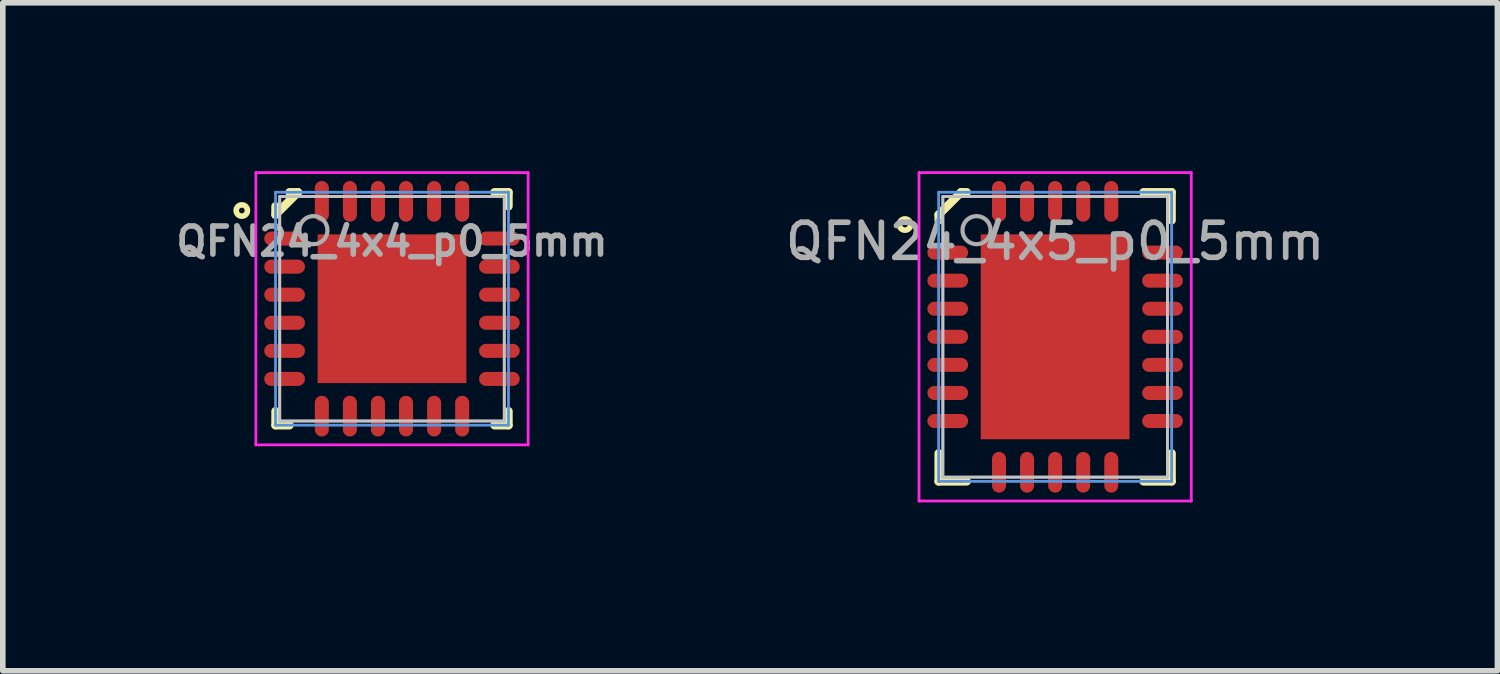
<source format=kicad_pcb>
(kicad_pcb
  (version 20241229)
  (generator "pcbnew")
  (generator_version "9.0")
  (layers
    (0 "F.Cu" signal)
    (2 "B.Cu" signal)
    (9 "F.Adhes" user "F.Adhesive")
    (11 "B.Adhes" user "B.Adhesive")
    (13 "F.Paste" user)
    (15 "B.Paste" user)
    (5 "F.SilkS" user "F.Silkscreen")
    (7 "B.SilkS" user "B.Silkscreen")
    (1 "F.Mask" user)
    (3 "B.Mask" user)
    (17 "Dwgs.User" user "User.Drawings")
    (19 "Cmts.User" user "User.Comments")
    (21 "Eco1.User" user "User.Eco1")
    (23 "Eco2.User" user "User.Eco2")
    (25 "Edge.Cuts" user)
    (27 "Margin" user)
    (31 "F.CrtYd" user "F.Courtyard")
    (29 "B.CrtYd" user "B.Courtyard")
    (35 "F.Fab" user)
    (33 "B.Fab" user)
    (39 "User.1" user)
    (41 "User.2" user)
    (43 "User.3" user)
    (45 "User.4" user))
  (footprint "QFN24_4x5_p0_5mm"
    (layer "F.Cu")
    (at 15.746 2.95)
    (property "Reference" "QFN24_4x5_p0_5mm" (at 0 -1.7 0) (layer "F.Fab") (effects (font (size 0.625 0.625) (thickness 0.1))))
    (attr through_hole)
    (fp_line (start -2.075 -2.175) (end -2.075 -2.075) (stroke (width 0.15) (type solid)) (layer "F.SilkS"))
    (fp_line (start -2.075 -2.175) (end -1.675 -2.575) (stroke (width 0.15) (type solid)) (layer "F.SilkS"))
    (fp_line (start -2.075 2.575) (end -2.075 2.075) (stroke (width 0.15) (type solid)) (layer "F.SilkS"))
    (fp_line (start -2.075 2.575) (end -1.575 2.575) (stroke (width 0.15) (type solid)) (layer "F.SilkS"))
    (fp_line (start -1.575 -2.575) (end -1.675 -2.575) (stroke (width 0.15) (type solid)) (layer "F.SilkS"))
    (fp_line (start 2.075 -2.575) (end 1.575 -2.575) (stroke (width 0.15) (type solid)) (layer "F.SilkS"))
    (fp_line (start 2.075 -2.575) (end 2.075 -2.075) (stroke (width 0.15) (type solid)) (layer "F.SilkS"))
    (fp_line (start 2.075 2.575) (end 1.575 2.575) (stroke (width 0.15) (type solid)) (layer "F.SilkS"))
    (fp_line (start 2.075 2.575) (end 2.075 2.075) (stroke (width 0.15) (type solid)) (layer "F.SilkS"))
    (fp_circle (center -2.675 -2) (end -2.604 -1.929) (stroke (width 0.1) (type solid)) (fill no) (layer "F.SilkS"))
    (fp_line (start -2 -2.5) (end -2 2.5) (stroke (width 0.05) (type solid)) (layer "Dwgs.User"))
    (fp_line (start -2 -2.5) (end 2 -2.5) (stroke (width 0.05) (type solid)) (layer "Dwgs.User"))
    (fp_line (start -2 2.5) (end 2 2.5) (stroke (width 0.05) (type solid)) (layer "Dwgs.User"))
    (fp_line (start 2 -2.5) (end 2 2.5) (stroke (width 0.05) (type solid)) (layer "Dwgs.User"))
    (fp_line (start -2.075 -2.575) (end -2.075 2.575) (stroke (width 0.05) (type solid)) (layer "Cmts.User"))
    (fp_line (start -2.075 -2.575) (end 2.075 -2.575) (stroke (width 0.05) (type solid)) (layer "Cmts.User"))
    (fp_line (start -2.075 2.575) (end 2.075 2.575) (stroke (width 0.05) (type solid)) (layer "Cmts.User"))
    (fp_line (start 2.075 -2.575) (end 2.075 2.575) (stroke (width 0.05) (type solid)) (layer "Cmts.User"))
    (fp_line (start -1.925 -2.425) (end -1.925 2.425) (stroke (width 0.05) (type solid)) (layer "Eco1.User"))
    (fp_line (start -1.925 -2.425) (end 1.925 -2.425) (stroke (width 0.05) (type solid)) (layer "Eco1.User"))
    (fp_line (start -1.925 2.425) (end 1.925 2.425) (stroke (width 0.05) (type solid)) (layer "Eco1.User"))
    (fp_line (start 1.925 -2.425) (end 1.925 2.425) (stroke (width 0.05) (type solid)) (layer "Eco1.User"))
    (fp_line (start -2.425 -2.925) (end -2.425 2.925) (stroke (width 0.05) (type solid)) (layer "F.CrtYd"))
    (fp_line (start -2.425 -2.925) (end 2.425 -2.925) (stroke (width 0.05) (type solid)) (layer "F.CrtYd"))
    (fp_line (start -2.425 2.925) (end 2.425 2.925) (stroke (width 0.05) (type solid)) (layer "F.CrtYd"))
    (fp_line (start 2.425 -2.925) (end 2.425 2.925) (stroke (width 0.05) (type solid)) (layer "F.CrtYd"))
    (fp_line (start -2 -2.5) (end -2 2.5) (stroke (width 0.05) (type solid)) (layer "F.Fab"))
    (fp_line (start -2 -2.5) (end 2 -2.5) (stroke (width 0.05) (type solid)) (layer "F.Fab"))
    (fp_line (start -2 2.5) (end 2 2.5) (stroke (width 0.05) (type solid)) (layer "F.Fab"))
    (fp_line (start 2 -2.5) (end 2 2.5) (stroke (width 0.05) (type solid)) (layer "F.Fab"))
    (fp_circle (center -1.4 -1.9) (end -1.223 -1.723) (stroke (width 0.075) (type solid)) (fill no) (layer "F.Fab"))
    (pad "1" smd oval (at -1.913 -1.5 180) (size 0.725 0.25) (layers "F.Cu" "F.Mask" "F.Paste"))
    (pad "2" smd oval (at -1.913 -1 180) (size 0.725 0.25) (layers "F.Cu" "F.Mask" "F.Paste"))
    (pad "3" smd oval (at -1.913 -0.5 180) (size 0.725 0.25) (layers "F.Cu" "F.Mask" "F.Paste"))
    (pad "4" smd oval (at -1.913 0 180) (size 0.725 0.25) (layers "F.Cu" "F.Mask" "F.Paste"))
    (pad "5" smd oval (at -1.913 0.5 180) (size 0.725 0.25) (layers "F.Cu" "F.Mask" "F.Paste"))
    (pad "6" smd oval (at -1.913 1 180) (size 0.725 0.25) (layers "F.Cu" "F.Mask" "F.Paste"))
    (pad "7" smd oval (at -1.913 1.5 180) (size 0.725 0.25) (layers "F.Cu" "F.Mask" "F.Paste"))
    (pad "8" smd oval (at -1 2.413 270) (size 0.725 0.25) (layers "F.Cu" "F.Mask" "F.Paste"))
    (pad "9" smd oval (at -0.5 2.413 270) (size 0.725 0.25) (layers "F.Cu" "F.Mask" "F.Paste"))
    (pad "10" smd oval (at 0 2.413 270) (size 0.725 0.25) (layers "F.Cu" "F.Mask" "F.Paste"))
    (pad "11" smd oval (at 0.5 2.413 270) (size 0.725 0.25) (layers "F.Cu" "F.Mask" "F.Paste"))
    (pad "12" smd oval (at 1 2.413 270) (size 0.725 0.25) (layers "F.Cu" "F.Mask" "F.Paste"))
    (pad "13" smd oval (at 1.913 1.5) (size 0.725 0.25) (layers "F.Cu" "F.Mask" "F.Paste"))
    (pad "14" smd oval (at 1.913 1) (size 0.725 0.25) (layers "F.Cu" "F.Mask" "F.Paste"))
    (pad "15" smd oval (at 1.913 0.5) (size 0.725 0.25) (layers "F.Cu" "F.Mask" "F.Paste"))
    (pad "16" smd oval (at 1.913 0) (size 0.725 0.25) (layers "F.Cu" "F.Mask" "F.Paste"))
    (pad "17" smd oval (at 1.913 -0.5) (size 0.725 0.25) (layers "F.Cu" "F.Mask" "F.Paste"))
    (pad "18" smd oval (at 1.913 -1) (size 0.725 0.25) (layers "F.Cu" "F.Mask" "F.Paste"))
    (pad "19" smd oval (at 1.913 -1.5) (size 0.725 0.25) (layers "F.Cu" "F.Mask" "F.Paste"))
    (pad "20" smd oval (at 1 -2.413 90) (size 0.725 0.25) (layers "F.Cu" "F.Mask" "F.Paste"))
    (pad "21" smd oval (at 0.5 -2.413 90) (size 0.725 0.25) (layers "F.Cu" "F.Mask" "F.Paste"))
    (pad "22" smd oval (at 0 -2.413 90) (size 0.725 0.25) (layers "F.Cu" "F.Mask" "F.Paste"))
    (pad "23" smd oval (at -0.5 -2.413 90) (size 0.725 0.25) (layers "F.Cu" "F.Mask" "F.Paste"))
    (pad "24" smd oval (at -1 -2.413 90) (size 0.725 0.25) (layers "F.Cu" "F.Mask" "F.Paste"))
    (pad "25" smd rect (at 0 0) (size 2.65 3.65) (layers "F.Cu" "F.Mask" "F.Paste")))
  (footprint "QFN24_4x4_p0_5mm"
    (layer "F.Cu")
    (at 3.933 2.45)
    (property "Reference" "QFN24_4x4_p0_5mm" (at 0 -1.2 0) (layer "F.Fab") (effects (font (size 0.5 0.5) (thickness 0.1))))
    (attr through_hole)
    (fp_line (start -2.075 -1.675) (end -2.075 -1.825) (stroke (width 0.15) (type solid)) (layer "F.SilkS"))
    (fp_line (start -2.075 -1.675) (end -1.675 -2.075) (stroke (width 0.15) (type solid)) (layer "F.SilkS"))
    (fp_line (start -2.075 2.075) (end -2.075 1.825) (stroke (width 0.15) (type solid)) (layer "F.SilkS"))
    (fp_line (start -2.075 2.075) (end -1.825 2.075) (stroke (width 0.15) (type solid)) (layer "F.SilkS"))
    (fp_line (start -1.825 -2.075) (end -1.675 -2.075) (stroke (width 0.15) (type solid)) (layer "F.SilkS"))
    (fp_line (start 2.075 -2.075) (end 1.825 -2.075) (stroke (width 0.15) (type solid)) (layer "F.SilkS"))
    (fp_line (start 2.075 -2.075) (end 2.075 -1.825) (stroke (width 0.15) (type solid)) (layer "F.SilkS"))
    (fp_line (start 2.075 2.075) (end 1.825 2.075) (stroke (width 0.15) (type solid)) (layer "F.SilkS"))
    (fp_line (start 2.075 2.075) (end 2.075 1.825) (stroke (width 0.15) (type solid)) (layer "F.SilkS"))
    (fp_circle (center -2.675 -1.75) (end -2.604 -1.679) (stroke (width 0.1) (type solid)) (fill no) (layer "F.SilkS"))
    (fp_line (start -2 -2) (end -2 2) (stroke (width 0.05) (type solid)) (layer "Dwgs.User"))
    (fp_line (start -2 -2) (end 2 -2) (stroke (width 0.05) (type solid)) (layer "Dwgs.User"))
    (fp_line (start -2 2) (end 2 2) (stroke (width 0.05) (type solid)) (layer "Dwgs.User"))
    (fp_line (start 2 -2) (end 2 2) (stroke (width 0.05) (type solid)) (layer "Dwgs.User"))
    (fp_line (start -2.075 -2.075) (end -2.075 2.075) (stroke (width 0.05) (type solid)) (layer "Cmts.User"))
    (fp_line (start -2.075 -2.075) (end 2.075 -2.075) (stroke (width 0.05) (type solid)) (layer "Cmts.User"))
    (fp_line (start -2.075 2.075) (end 2.075 2.075) (stroke (width 0.05) (type solid)) (layer "Cmts.User"))
    (fp_line (start 2.075 -2.075) (end 2.075 2.075) (stroke (width 0.05) (type solid)) (layer "Cmts.User"))
    (fp_line (start -1.925 -1.925) (end -1.925 1.925) (stroke (width 0.05) (type solid)) (layer "Eco1.User"))
    (fp_line (start -1.925 -1.925) (end 1.925 -1.925) (stroke (width 0.05) (type solid)) (layer "Eco1.User"))
    (fp_line (start -1.925 1.925) (end 1.925 1.925) (stroke (width 0.05) (type solid)) (layer "Eco1.User"))
    (fp_line (start 1.925 -1.925) (end 1.925 1.925) (stroke (width 0.05) (type solid)) (layer "Eco1.User"))
    (fp_line (start -2.425 -2.425) (end -2.425 2.425) (stroke (width 0.05) (type solid)) (layer "F.CrtYd"))
    (fp_line (start -2.425 -2.425) (end 2.425 -2.425) (stroke (width 0.05) (type solid)) (layer "F.CrtYd"))
    (fp_line (start -2.425 2.425) (end 2.425 2.425) (stroke (width 0.05) (type solid)) (layer "F.CrtYd"))
    (fp_line (start 2.425 -2.425) (end 2.425 2.425) (stroke (width 0.05) (type solid)) (layer "F.CrtYd"))
    (fp_line (start -2 -2) (end -2 2) (stroke (width 0.05) (type solid)) (layer "F.Fab"))
    (fp_line (start -2 -2) (end 2 -2) (stroke (width 0.05) (type solid)) (layer "F.Fab"))
    (fp_line (start -2 2) (end 2 2) (stroke (width 0.05) (type solid)) (layer "F.Fab"))
    (fp_line (start 2 -2) (end 2 2) (stroke (width 0.05) (type solid)) (layer "F.Fab"))
    (fp_circle (center -1.4 -1.4) (end -1.223 -1.223) (stroke (width 0.075) (type solid)) (fill no) (layer "F.Fab"))
    (pad "1" smd oval (at -1.913 -1.25 180) (size 0.725 0.25) (layers "F.Cu" "F.Mask" "F.Paste"))
    (pad "2" smd oval (at -1.913 -0.75 180) (size 0.725 0.25) (layers "F.Cu" "F.Mask" "F.Paste"))
    (pad "3" smd oval (at -1.913 -0.25 180) (size 0.725 0.25) (layers "F.Cu" "F.Mask" "F.Paste"))
    (pad "4" smd oval (at -1.913 0.25 180) (size 0.725 0.25) (layers "F.Cu" "F.Mask" "F.Paste"))
    (pad "5" smd oval (at -1.913 0.75 180) (size 0.725 0.25) (layers "F.Cu" "F.Mask" "F.Paste"))
    (pad "6" smd oval (at -1.913 1.25 180) (size 0.725 0.25) (layers "F.Cu" "F.Mask" "F.Paste"))
    (pad "7" smd oval (at -1.25 1.913 270) (size 0.725 0.25) (layers "F.Cu" "F.Mask" "F.Paste"))
    (pad "8" smd oval (at -0.75 1.913 270) (size 0.725 0.25) (layers "F.Cu" "F.Mask" "F.Paste"))
    (pad "9" smd oval (at -0.25 1.913 270) (size 0.725 0.25) (layers "F.Cu" "F.Mask" "F.Paste"))
    (pad "10" smd oval (at 0.25 1.913 270) (size 0.725 0.25) (layers "F.Cu" "F.Mask" "F.Paste"))
    (pad "11" smd oval (at 0.75 1.913 270) (size 0.725 0.25) (layers "F.Cu" "F.Mask" "F.Paste"))
    (pad "12" smd oval (at 1.25 1.913 270) (size 0.725 0.25) (layers "F.Cu" "F.Mask" "F.Paste"))
    (pad "13" smd oval (at 1.913 1.25) (size 0.725 0.25) (layers "F.Cu" "F.Mask" "F.Paste"))
    (pad "14" smd oval (at 1.913 0.75) (size 0.725 0.25) (layers "F.Cu" "F.Mask" "F.Paste"))
    (pad "15" smd oval (at 1.913 0.25) (size 0.725 0.25) (layers "F.Cu" "F.Mask" "F.Paste"))
    (pad "16" smd oval (at 1.913 -0.25) (size 0.725 0.25) (layers "F.Cu" "F.Mask" "F.Paste"))
    (pad "17" smd oval (at 1.913 -0.75) (size 0.725 0.25) (layers "F.Cu" "F.Mask" "F.Paste"))
    (pad "18" smd oval (at 1.913 -1.25) (size 0.725 0.25) (layers "F.Cu" "F.Mask" "F.Paste"))
    (pad "19" smd oval (at 1.25 -1.913 90) (size 0.725 0.25) (layers "F.Cu" "F.Mask" "F.Paste"))
    (pad "20" smd oval (at 0.75 -1.913 90) (size 0.725 0.25) (layers "F.Cu" "F.Mask" "F.Paste"))
    (pad "21" smd oval (at 0.25 -1.913 90) (size 0.725 0.25) (layers "F.Cu" "F.Mask" "F.Paste"))
    (pad "22" smd oval (at -0.25 -1.913 90) (size 0.725 0.25) (layers "F.Cu" "F.Mask" "F.Paste"))
    (pad "23" smd oval (at -0.75 -1.913 90) (size 0.725 0.25) (layers "F.Cu" "F.Mask" "F.Paste"))
    (pad "24" smd oval (at -1.25 -1.913 90) (size 0.725 0.25) (layers "F.Cu" "F.Mask" "F.Paste"))
    (pad "25" smd rect (at 0 0) (size 2.65 2.65) (layers "F.Cu" "F.Mask" "F.Paste")))
  (gr_rect
    (start -3 -3)
    (end 23.625 8.9)
    (stroke (width 0.1) (type default))
    (fill no)
    (layer "Edge.Cuts")))
</source>
